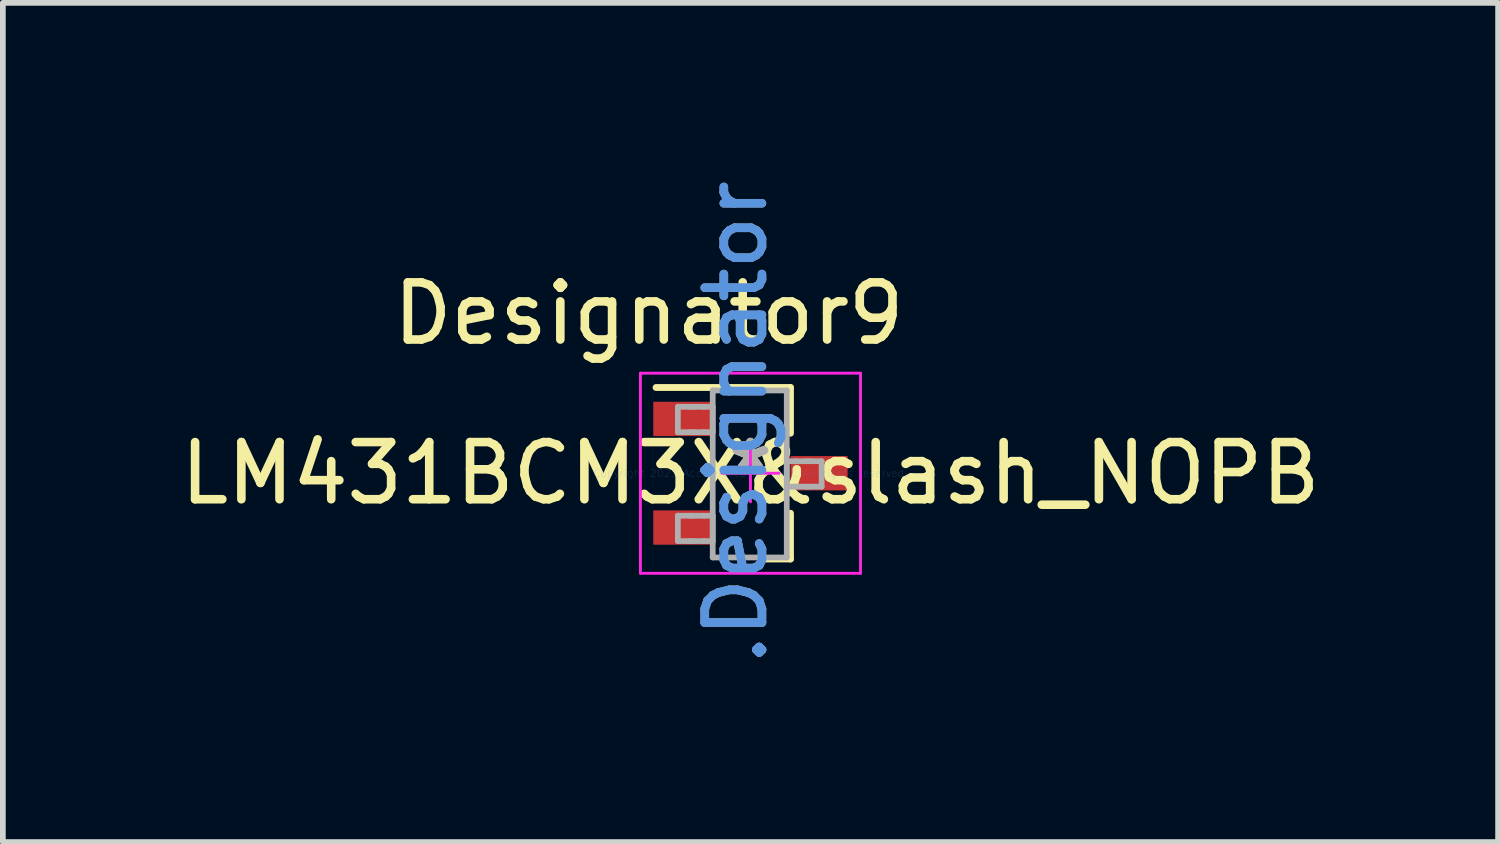
<source format=kicad_pcb>
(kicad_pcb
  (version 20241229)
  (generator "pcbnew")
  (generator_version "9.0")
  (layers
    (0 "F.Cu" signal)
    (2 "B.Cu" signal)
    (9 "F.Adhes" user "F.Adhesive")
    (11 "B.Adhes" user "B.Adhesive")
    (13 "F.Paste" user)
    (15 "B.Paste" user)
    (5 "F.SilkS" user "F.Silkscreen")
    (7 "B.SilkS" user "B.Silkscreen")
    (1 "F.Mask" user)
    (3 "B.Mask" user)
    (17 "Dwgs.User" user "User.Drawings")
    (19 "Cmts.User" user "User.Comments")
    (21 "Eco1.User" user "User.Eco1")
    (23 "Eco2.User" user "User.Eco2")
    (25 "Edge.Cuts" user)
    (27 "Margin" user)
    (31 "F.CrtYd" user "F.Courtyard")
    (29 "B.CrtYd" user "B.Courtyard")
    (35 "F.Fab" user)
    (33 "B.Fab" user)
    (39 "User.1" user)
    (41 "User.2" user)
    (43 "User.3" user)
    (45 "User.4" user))
  (footprint "LM431BCM3X&slash_NOPB"
    (layer "F.Cu")
    (at 10.077 5.228)
    (property "Reference" "LM431BCM3X&slash_NOPB" (at 0 0 0) (layer "F.SilkS") (effects (font (size 1 1) (thickness 0.15))))
    (attr through_hole)
    (fp_line (start -1.651 -1.5) (end 0.7 -1.5) (stroke (width 0.12) (type solid)) (layer "F.SilkS"))
    (fp_line (start 0.2 1.5) (end 0.7 1.5) (stroke (width 0.12) (type solid)) (layer "F.SilkS"))
    (fp_line (start 0.7 -0.7) (end 0.7 -1.5) (stroke (width 0.12) (type solid)) (layer "F.SilkS"))
    (fp_line (start 0.7 1.5) (end 0.7 0.7) (stroke (width 0.12) (type solid)) (layer "F.SilkS"))
    (fp_line (start -1.925 -1.75) (end 1.925 -1.75) (stroke (width 0.05) (type solid)) (layer "F.CrtYd"))
    (fp_line (start -1.925 1.75) (end -1.925 -1.75) (stroke (width 0.05) (type solid)) (layer "F.CrtYd"))
    (fp_line (start -1.925 1.75) (end 1.925 1.75) (stroke (width 0.05) (type solid)) (layer "F.CrtYd"))
    (fp_line (start -0.5 0) (end 0.5 0) (stroke (width 0.05) (type solid)) (layer "F.CrtYd"))
    (fp_line (start 0 0.5) (end 0 -0.5) (stroke (width 0.05) (type solid)) (layer "F.CrtYd"))
    (fp_line (start 1.925 1.75) (end 1.925 -1.75) (stroke (width 0.05) (type solid)) (layer "F.CrtYd"))
    (fp_line (start -1.27 -1.162) (end -1.063 -1.162) (stroke (width 0.1) (type solid)) (layer "F.Fab"))
    (fp_line (start -1.27 -0.718) (end -1.27 -1.162) (stroke (width 0.1) (type solid)) (layer "F.Fab"))
    (fp_line (start -1.27 -0.718) (end -1.063 -0.718) (stroke (width 0.1) (type solid)) (layer "F.Fab"))
    (fp_line (start -1.27 0.743) (end -1.063 0.743) (stroke (width 0.1) (type solid)) (layer "F.Fab"))
    (fp_line (start -1.27 1.187) (end -1.27 0.743) (stroke (width 0.1) (type solid)) (layer "F.Fab"))
    (fp_line (start -1.27 1.187) (end -1.063 1.187) (stroke (width 0.1) (type solid)) (layer "F.Fab"))
    (fp_line (start -1.063 -1.162) (end -1.005 -1.162) (stroke (width 0.1) (type solid)) (layer "F.Fab"))
    (fp_line (start -1.063 -0.718) (end -1.005 -0.718) (stroke (width 0.1) (type solid)) (layer "F.Fab"))
    (fp_line (start -1.063 0.743) (end -1.005 0.743) (stroke (width 0.1) (type solid)) (layer "F.Fab"))
    (fp_line (start -1.063 1.187) (end -1.005 1.187) (stroke (width 0.1) (type solid)) (layer "F.Fab"))
    (fp_line (start -1.005 -1.162) (end -0.814 -1.162) (stroke (width 0.1) (type solid)) (layer "F.Fab"))
    (fp_line (start -1.005 -0.718) (end -0.814 -0.718) (stroke (width 0.1) (type solid)) (layer "F.Fab"))
    (fp_line (start -1.005 0.743) (end -0.814 0.743) (stroke (width 0.1) (type solid)) (layer "F.Fab"))
    (fp_line (start -1.005 1.187) (end -0.814 1.187) (stroke (width 0.1) (type solid)) (layer "F.Fab"))
    (fp_line (start -0.814 -1.162) (end -0.66 -1.162) (stroke (width 0.1) (type solid)) (layer "F.Fab"))
    (fp_line (start -0.814 -0.718) (end -0.66 -0.718) (stroke (width 0.1) (type solid)) (layer "F.Fab"))
    (fp_line (start -0.814 0.743) (end -0.66 0.743) (stroke (width 0.1) (type solid)) (layer "F.Fab"))
    (fp_line (start -0.814 1.187) (end -0.66 1.187) (stroke (width 0.1) (type solid)) (layer "F.Fab"))
    (fp_line (start -0.66 -1.448) (end 0.635 -1.448) (stroke (width 0.1) (type solid)) (layer "F.Fab"))
    (fp_line (start -0.66 -0.718) (end -0.66 -1.162) (stroke (width 0.1) (type solid)) (layer "F.Fab"))
    (fp_line (start -0.66 1.187) (end -0.66 0.743) (stroke (width 0.1) (type solid)) (layer "F.Fab"))
    (fp_line (start -0.66 1.473) (end -0.66 -1.448) (stroke (width 0.1) (type solid)) (layer "F.Fab"))
    (fp_line (start -0.66 1.473) (end 0.635 1.473) (stroke (width 0.1) (type solid)) (layer "F.Fab"))
    (fp_line (start 0.635 -0.21) (end 0.789 -0.21) (stroke (width 0.1) (type solid)) (layer "F.Fab"))
    (fp_line (start 0.635 0.235) (end 0.635 -0.21) (stroke (width 0.1) (type solid)) (layer "F.Fab"))
    (fp_line (start 0.635 0.235) (end 0.789 0.235) (stroke (width 0.1) (type solid)) (layer "F.Fab"))
    (fp_line (start 0.635 1.473) (end 0.635 -1.448) (stroke (width 0.1) (type solid)) (layer "F.Fab"))
    (fp_line (start 0.789 -0.21) (end 0.98 -0.21) (stroke (width 0.1) (type solid)) (layer "F.Fab"))
    (fp_line (start 0.789 0.235) (end 0.98 0.235) (stroke (width 0.1) (type solid)) (layer "F.Fab"))
    (fp_line (start 0.98 -0.21) (end 1.037 -0.21) (stroke (width 0.1) (type solid)) (layer "F.Fab"))
    (fp_line (start 0.98 0.235) (end 1.037 0.235) (stroke (width 0.1) (type solid)) (layer "F.Fab"))
    (fp_line (start 1.037 -0.21) (end 1.245 -0.21) (stroke (width 0.1) (type solid)) (layer "F.Fab"))
    (fp_line (start 1.037 0.235) (end 1.245 0.235) (stroke (width 0.1) (type solid)) (layer "F.Fab"))
    (fp_line (start 1.245 0.235) (end 1.245 -0.21) (stroke (width 0.1) (type solid)) (layer "F.Fab"))
    (fp_text user "Designator9" (at -1.778 -2.794 0) (layer "F.SilkS") (effects (font (size 1 1) (thickness 0.15))))
    (fp_text user "*" (at 0 0 0) (layer "F.SilkS") (effects (font (size 1 1) (thickness 0.15))))
    (fp_text user ".Designator" (at -0.254 -0.889 270) (layer "Cmts.User") (effects (font (size 1 1) (thickness 0.15))))
    (fp_text user "Copyright 2021 Accelerated Designs. All rights reserved." (at 0 0 0) (layer "Cmts.User") (effects (font (size 0.127 0.127) (thickness 0.002))))
    (fp_text user "*" (at 0 0 0) (layer "F.Fab") (effects (font (size 1 1) (thickness 0.15))))
    (fp_text user ".Designator" (at -0.254 -0.889 270) (layer "F.Fab") (effects (font (size 1 1) (thickness 0.15))))
    (pad "1" smd rect (at -1.2 -0.95 90) (size 0.6 1) (layers "F.Cu" "F.Mask" "F.Paste"))
    (pad "2" smd rect (at -1.2 0.95 90) (size 0.6 1) (layers "F.Cu" "F.Mask" "F.Paste"))
    (pad "3" smd rect (at 1.2 0 90) (size 0.6 1) (layers "F.Cu" "F.Mask" "F.Paste")))
  (gr_rect
    (start -3 -3)
    (end 23.155 11.679)
    (stroke (width 0.1) (type default))
    (fill no)
    (layer "Edge.Cuts")))
</source>
